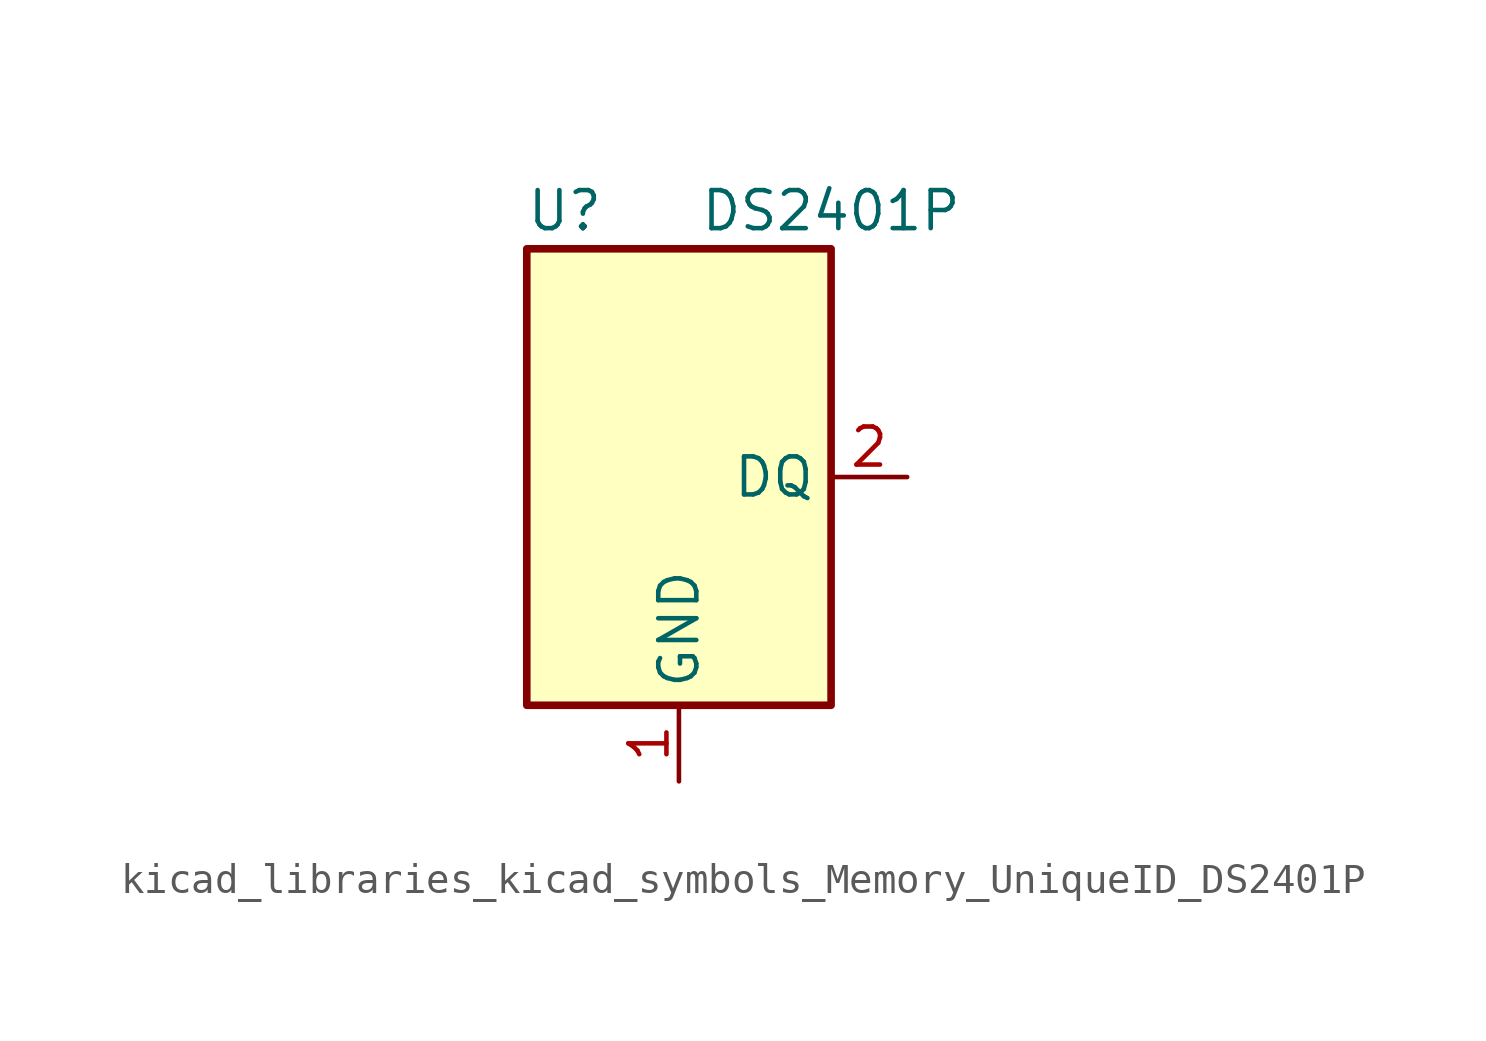
<source format=kicad_sym>
(kicad_symbol_lib
  (version 20220914)
  (generator kicad_symbol_editor)
  (symbol "kicad_libraries_kicad_symbols_Memory_UniqueID_DS2401P"
    (property "Reference" "U"
      (at -3.81 8.89 0)
      (effects (font (size 1.27 1.27))))
    (property "Value" "DS2401P"
      (at 5.08 8.89 0)
      (effects (font (size 1.27 1.27))))
    (symbol "kicad_libraries_kicad_symbols_Memory_UniqueID_DS2401P_0_1"
      (rectangle (start 5.08 -7.62) (end -5.08 7.62) (stroke (width 0.254) (type default)) (fill (type background))))
    (symbol "kicad_libraries_kicad_symbols_Memory_UniqueID_DS2401P_1_1"
      (pin power_in line (at 0 -10.16 90) (length 2.54) (name "GND" (effects (font (size 1.27 1.27)))) (number "1" (effects (font (size 1.27 1.27)))))
      (pin bidirectional line (at 7.62 0 180) (length 2.54) (name "DQ" (effects (font (size 1.27 1.27)))) (number "2" (effects (font (size 1.27 1.27)))))
      (pin no_connect line (at -5.08 5.08 0) (length 2.54) hide (name "NC" (effects (font (size 1.27 1.27)))) (number "3" (effects (font (size 1.27 1.27)))))
      (pin no_connect line (at -5.08 2.54 0) (length 2.54) hide (name "NC" (effects (font (size 1.27 1.27)))) (number "4" (effects (font (size 1.27 1.27)))))
      (pin no_connect line (at -5.08 -2.54 0) (length 2.54) hide (name "NC" (effects (font (size 1.27 1.27)))) (number "5" (effects (font (size 1.27 1.27)))))
      (pin no_connect line (at -5.08 -5.08 0) (length 2.54) hide (name "NC" (effects (font (size 1.27 1.27)))) (number "6" (effects (font (size 1.27 1.27))))))))
</source>
